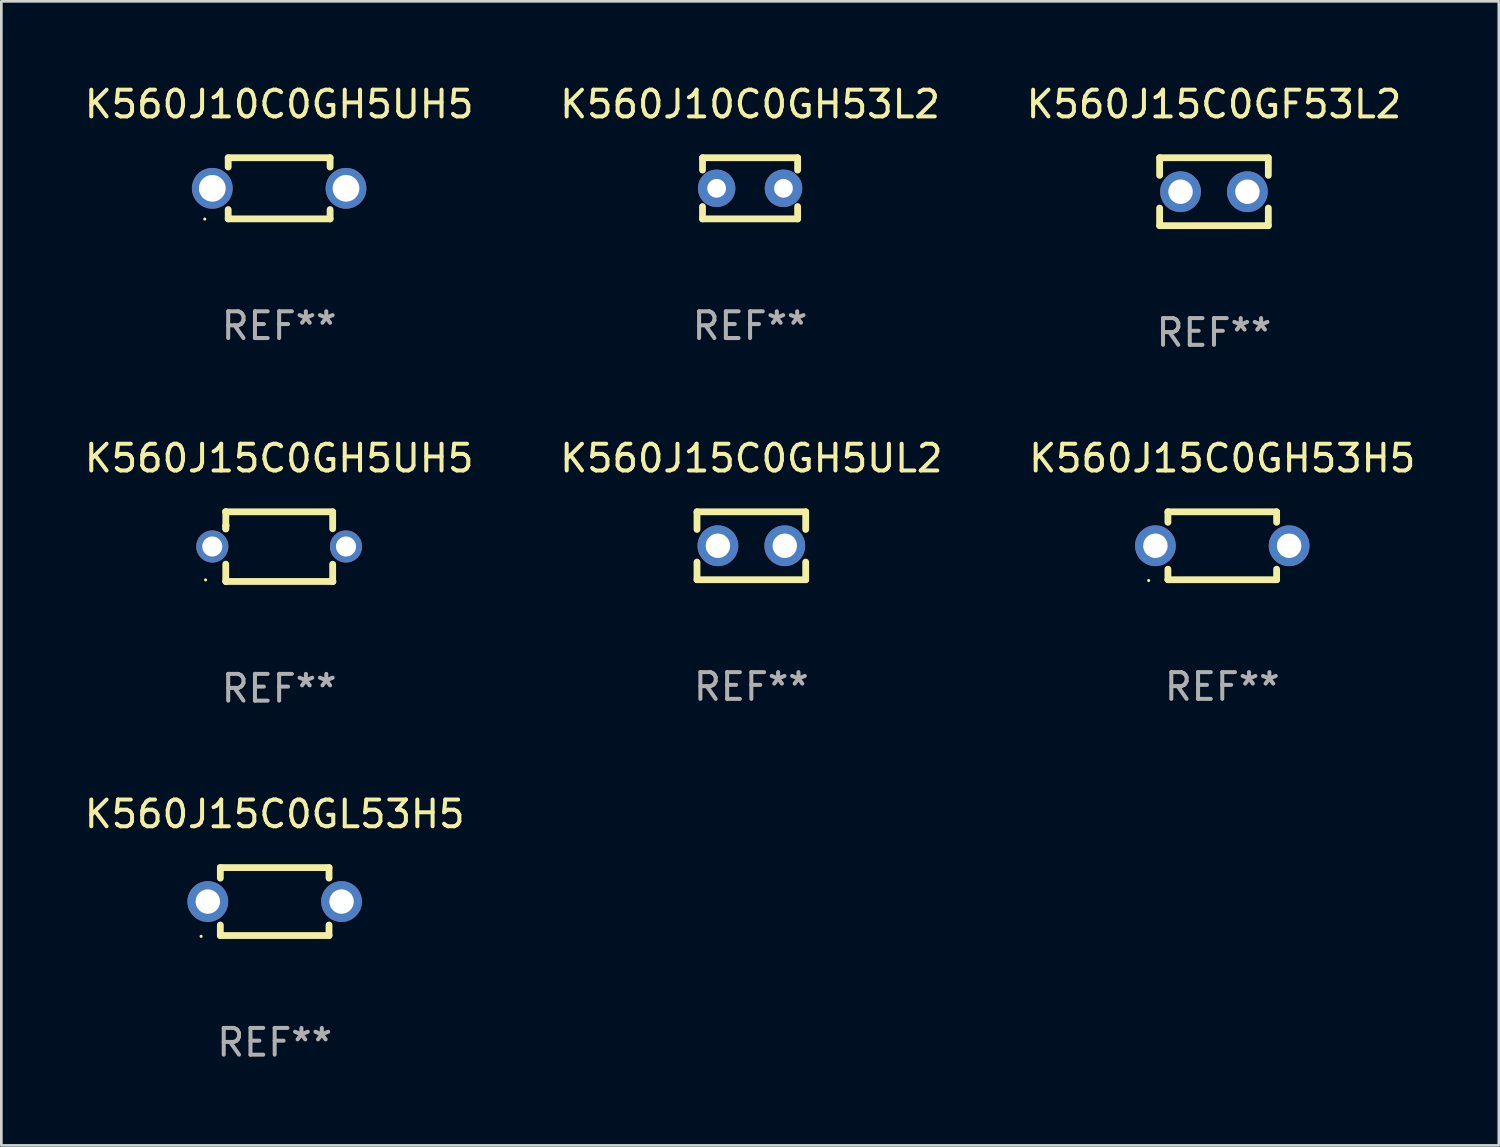
<source format=kicad_pcb>
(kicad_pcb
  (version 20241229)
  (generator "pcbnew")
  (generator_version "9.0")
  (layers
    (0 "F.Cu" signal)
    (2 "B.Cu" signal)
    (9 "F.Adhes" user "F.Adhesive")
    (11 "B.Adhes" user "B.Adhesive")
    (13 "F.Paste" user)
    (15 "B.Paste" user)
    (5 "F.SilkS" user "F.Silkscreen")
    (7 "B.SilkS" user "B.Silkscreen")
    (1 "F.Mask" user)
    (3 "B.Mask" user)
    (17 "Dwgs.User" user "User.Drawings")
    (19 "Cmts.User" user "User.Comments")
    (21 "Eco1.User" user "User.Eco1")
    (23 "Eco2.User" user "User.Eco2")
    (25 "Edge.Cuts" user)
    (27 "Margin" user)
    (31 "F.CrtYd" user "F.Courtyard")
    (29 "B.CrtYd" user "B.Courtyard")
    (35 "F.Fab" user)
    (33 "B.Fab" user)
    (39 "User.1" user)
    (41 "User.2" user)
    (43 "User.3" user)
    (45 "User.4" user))
  (footprint "K560J15C0GH5UL2"
    (layer "F.Cu")
    (at 25.042 17.355)
    (property "Reference" "K560J15C0GH5UL2" (at 0 -3.27 0) (layer "F.SilkS") (effects (font (size 1 1) (thickness 0.15))))
    (attr through_hole)
    (fp_line (start -2.032 -1.27) (end -2.032 -0.611) (stroke (width 0.254) (type solid)) (layer "F.SilkS"))
    (fp_line (start -2.032 0.611) (end -2.032 1.27) (stroke (width 0.254) (type solid)) (layer "F.SilkS"))
    (fp_line (start -2.032 1.27) (end 2.032 1.27) (stroke (width 0.254) (type solid)) (layer "F.SilkS"))
    (fp_line (start 2.032 -1.27) (end -2.032 -1.27) (stroke (width 0.254) (type solid)) (layer "F.SilkS"))
    (fp_line (start 2.032 -0.611) (end 2.032 -1.27) (stroke (width 0.254) (type solid)) (layer "F.SilkS"))
    (fp_line (start 2.032 1.27) (end 2.032 0.611) (stroke (width 0.254) (type solid)) (layer "F.SilkS"))
    (fp_circle (center -2 1.3) (end -1.97 1.3) (stroke (width 0.06) (type solid)) (fill no) (layer "F.SilkS"))
    (fp_text user "REF**" (at 0 5.27 0) (layer "F.Fab") (effects (font (size 1 1) (thickness 0.15))))
    (pad "1" thru_hole circle (at -1.25 0) (size 1.524 1.524) (drill 0.914) (layers "*.Cu" "*.Mask"))
    (pad "2" thru_hole circle (at 1.25 0) (size 1.524 1.524) (drill 0.914) (layers "*.Cu" "*.Mask")))
  (footprint "K560J15C0GL53H5"
    (layer "F.Cu")
    (at 7.22 30.658)
    (property "Reference" "K560J15C0GL53H5" (at 0 -3.27 0) (layer "F.SilkS") (effects (font (size 1 1) (thickness 0.15))))
    (attr through_hole)
    (fp_line (start -2.032 -1.27) (end -2.032 -0.876) (stroke (width 0.254) (type solid)) (layer "F.SilkS"))
    (fp_line (start -2.032 0.876) (end -2.032 1.27) (stroke (width 0.254) (type solid)) (layer "F.SilkS"))
    (fp_line (start -2.032 1.27) (end 2.032 1.27) (stroke (width 0.254) (type solid)) (layer "F.SilkS"))
    (fp_line (start 2.032 -1.27) (end -2.032 -1.27) (stroke (width 0.254) (type solid)) (layer "F.SilkS"))
    (fp_line (start 2.032 -0.876) (end 2.032 -1.27) (stroke (width 0.254) (type solid)) (layer "F.SilkS"))
    (fp_line (start 2.032 1.27) (end 2.032 0.876) (stroke (width 0.254) (type solid)) (layer "F.SilkS"))
    (fp_circle (center -2.751 1.3) (end -2.721 1.3) (stroke (width 0.06) (type solid)) (fill no) (layer "F.SilkS"))
    (fp_text user "REF**" (at 0 5.27 0) (layer "F.Fab") (effects (font (size 1 1) (thickness 0.15))))
    (pad "1" thru_hole circle (at -2.5 0) (size 1.524 1.524) (drill 0.914) (layers "*.Cu" "*.Mask"))
    (pad "2" thru_hole circle (at 2.5 0) (size 1.524 1.524) (drill 0.914) (layers "*.Cu" "*.Mask")))
  (footprint "K560J15C0GH53H5"
    (layer "F.Cu")
    (at 42.649 17.355)
    (property "Reference" "K560J15C0GH53H5" (at 0 -3.27 0) (layer "F.SilkS") (effects (font (size 1 1) (thickness 0.15))))
    (attr through_hole)
    (fp_line (start -2.032 -1.27) (end -2.032 -0.876) (stroke (width 0.254) (type solid)) (layer "F.SilkS"))
    (fp_line (start -2.032 0.876) (end -2.032 1.27) (stroke (width 0.254) (type solid)) (layer "F.SilkS"))
    (fp_line (start -2.032 1.27) (end 2.032 1.27) (stroke (width 0.254) (type solid)) (layer "F.SilkS"))
    (fp_line (start 2.032 -1.27) (end -2.032 -1.27) (stroke (width 0.254) (type solid)) (layer "F.SilkS"))
    (fp_line (start 2.032 -0.876) (end 2.032 -1.27) (stroke (width 0.254) (type solid)) (layer "F.SilkS"))
    (fp_line (start 2.032 1.27) (end 2.032 0.876) (stroke (width 0.254) (type solid)) (layer "F.SilkS"))
    (fp_circle (center -2.751 1.3) (end -2.721 1.3) (stroke (width 0.06) (type solid)) (fill no) (layer "F.SilkS"))
    (fp_text user "REF**" (at 0 5.27 0) (layer "F.Fab") (effects (font (size 1 1) (thickness 0.15))))
    (pad "1" thru_hole circle (at -2.5 0) (size 1.524 1.524) (drill 0.914) (layers "*.Cu" "*.Mask"))
    (pad "2" thru_hole circle (at 2.5 0) (size 1.524 1.524) (drill 0.914) (layers "*.Cu" "*.Mask")))
  (footprint "K560J15C0GF53L2"
    (layer "F.Cu")
    (at 42.339 4.118)
    (property "Reference" "K560J15C0GF53L2" (at 0 -3.27 0) (layer "F.SilkS") (effects (font (size 1 1) (thickness 0.15))))
    (attr through_hole)
    (fp_line (start -2.032 -1.27) (end -2.032 -0.611) (stroke (width 0.254) (type solid)) (layer "F.SilkS"))
    (fp_line (start -2.032 0.611) (end -2.032 1.27) (stroke (width 0.254) (type solid)) (layer "F.SilkS"))
    (fp_line (start -2.032 1.27) (end 2.032 1.27) (stroke (width 0.254) (type solid)) (layer "F.SilkS"))
    (fp_line (start 2.032 -1.27) (end -2.032 -1.27) (stroke (width 0.254) (type solid)) (layer "F.SilkS"))
    (fp_line (start 2.032 -0.611) (end 2.032 -1.27) (stroke (width 0.254) (type solid)) (layer "F.SilkS"))
    (fp_line (start 2.032 1.27) (end 2.032 0.611) (stroke (width 0.254) (type solid)) (layer "F.SilkS"))
    (fp_circle (center -2 1.3) (end -1.97 1.3) (stroke (width 0.06) (type solid)) (fill no) (layer "F.SilkS"))
    (fp_text user "REF**" (at 0 5.27 0) (layer "F.Fab") (effects (font (size 1 1) (thickness 0.15))))
    (pad "1" thru_hole circle (at -1.25 0) (size 1.524 1.524) (drill 0.914) (layers "*.Cu" "*.Mask"))
    (pad "2" thru_hole circle (at 1.25 0) (size 1.524 1.524) (drill 0.914) (layers "*.Cu" "*.Mask")))
  (footprint "K560J15C0GH5UH5"
    (layer "F.Cu")
    (at 7.387 17.388)
    (property "Reference" "K560J15C0GH5UH5" (at 0 -3.303 0) (layer "F.SilkS") (effects (font (size 1 1) (thickness 0.15))))
    (attr through_hole)
    (fp_line (start -1.996 -0.782) (end -1.983 -0.795) (stroke (width 0.254) (type solid)) (layer "F.SilkS"))
    (fp_line (start -1.996 -0.665) (end -1.996 -0.782) (stroke (width 0.254) (type solid)) (layer "F.SilkS"))
    (fp_line (start -1.996 1.297) (end -1.996 0.655) (stroke (width 0.254) (type solid)) (layer "F.SilkS"))
    (fp_line (start -1.996 -1.303) (end 2.001 -1.303) (stroke (width 0.254) (type solid)) (layer "F.SilkS"))
    (fp_line (start -1.995 -1.303) (end -1.996 -1.303) (stroke (width 0.254) (type solid)) (layer "F.SilkS"))
    (fp_line (start -1.995 -0.664) (end -1.995 -1.303) (stroke (width 0.254) (type solid)) (layer "F.SilkS"))
    (fp_line (start -1.99 1.303) (end -1.996 1.297) (stroke (width 0.254) (type solid)) (layer "F.SilkS"))
    (fp_line (start 2.001 -1.303) (end 2.001 -0.669) (stroke (width 0.254) (type solid)) (layer "F.SilkS"))
    (fp_line (start 2.001 0.659) (end 2.001 1.297) (stroke (width 0.254) (type solid)) (layer "F.SilkS"))
    (fp_line (start 2.001 1.297) (end 2.008 1.303) (stroke (width 0.254) (type solid)) (layer "F.SilkS"))
    (fp_line (start 2.008 1.303) (end -1.99 1.303) (stroke (width 0.254) (type solid)) (layer "F.SilkS"))
    (fp_circle (center -2.75 1.245) (end -2.72 1.245) (stroke (width 0.06) (type solid)) (fill no) (layer "F.SilkS"))
    (fp_text user "REF**" (at 0 5.303 0) (layer "F.Fab") (effects (font (size 1 1) (thickness 0.15))))
    (pad "1" thru_hole circle (at -2.5 -0.005) (size 1.2 1.2) (drill 0.75) (layers "*.Cu" "*.Mask"))
    (pad "2" thru_hole circle (at 2.5 -0.005) (size 1.2 1.2) (drill 0.75) (layers "*.Cu" "*.Mask")))
  (footprint "K560J10C0GH53L2"
    (layer "F.Cu")
    (at 24.994 3.991)
    (property "Reference" "K560J10C0GH53L2" (at 0 -3.143 0) (layer "F.SilkS") (effects (font (size 1 1) (thickness 0.15))))
    (attr through_hole)
    (fp_line (start -1.778 -1.143) (end 1.778 -1.143) (stroke (width 0.254) (type solid)) (layer "F.SilkS"))
    (fp_line (start -1.778 -0.681) (end -1.778 -1.143) (stroke (width 0.254) (type solid)) (layer "F.SilkS"))
    (fp_line (start -1.778 1.143) (end -1.778 0.681) (stroke (width 0.254) (type solid)) (layer "F.SilkS"))
    (fp_line (start 1.778 -1.143) (end 1.778 -0.681) (stroke (width 0.254) (type solid)) (layer "F.SilkS"))
    (fp_line (start 1.778 0.681) (end 1.778 1.143) (stroke (width 0.254) (type solid)) (layer "F.SilkS"))
    (fp_line (start 1.778 1.143) (end -1.778 1.143) (stroke (width 0.254) (type solid)) (layer "F.SilkS"))
    (fp_circle (center -1.8 1.15) (end -1.77 1.15) (stroke (width 0.06) (type solid)) (fill no) (layer "F.SilkS"))
    (fp_text user "REF**" (at 0 5.143 0) (layer "F.Fab") (effects (font (size 1 1) (thickness 0.15))))
    (pad "1" thru_hole circle (at -1.25 0) (size 1.4 1.4) (drill 0.7) (layers "*.Cu" "*.Mask"))
    (pad "2" thru_hole circle (at 1.25 0) (size 1.4 1.4) (drill 0.7) (layers "*.Cu" "*.Mask")))
  (footprint "K560J10C0GH5UH5"
    (layer "F.Cu")
    (at 7.387 3.991)
    (property "Reference" "K560J10C0GH5UH5" (at 0 -3.143 0) (layer "F.SilkS") (effects (font (size 1 1) (thickness 0.15))))
    (attr through_hole)
    (fp_line (start -1.905 -1.143) (end 1.905 -1.143) (stroke (width 0.254) (type solid)) (layer "F.SilkS"))
    (fp_line (start -1.905 -0.795) (end -1.905 -1.143) (stroke (width 0.254) (type solid)) (layer "F.SilkS"))
    (fp_line (start -1.905 1.143) (end -1.905 0.795) (stroke (width 0.254) (type solid)) (layer "F.SilkS"))
    (fp_line (start 1.905 -1.143) (end 1.905 -0.795) (stroke (width 0.254) (type solid)) (layer "F.SilkS"))
    (fp_line (start 1.905 0.795) (end 1.905 1.143) (stroke (width 0.254) (type solid)) (layer "F.SilkS"))
    (fp_line (start 1.905 1.143) (end -1.905 1.143) (stroke (width 0.254) (type solid)) (layer "F.SilkS"))
    (fp_circle (center -2.781 1.15) (end -2.751 1.15) (stroke (width 0.06) (type solid)) (fill no) (layer "F.SilkS"))
    (fp_text user "REF**" (at 0 5.143 0) (layer "F.Fab") (effects (font (size 1 1) (thickness 0.15))))
    (pad "1" thru_hole circle (at -2.5 0) (size 1.524 1.524) (drill 1) (layers "*.Cu" "*.Mask"))
    (pad "2" thru_hole circle (at 2.5 0) (size 1.524 1.524) (drill 1) (layers "*.Cu" "*.Mask")))
  (gr_rect
    (start -3 -3)
    (end 52.988 39.776)
    (stroke (width 0.1) (type default))
    (fill no)
    (layer "Edge.Cuts")))
</source>
